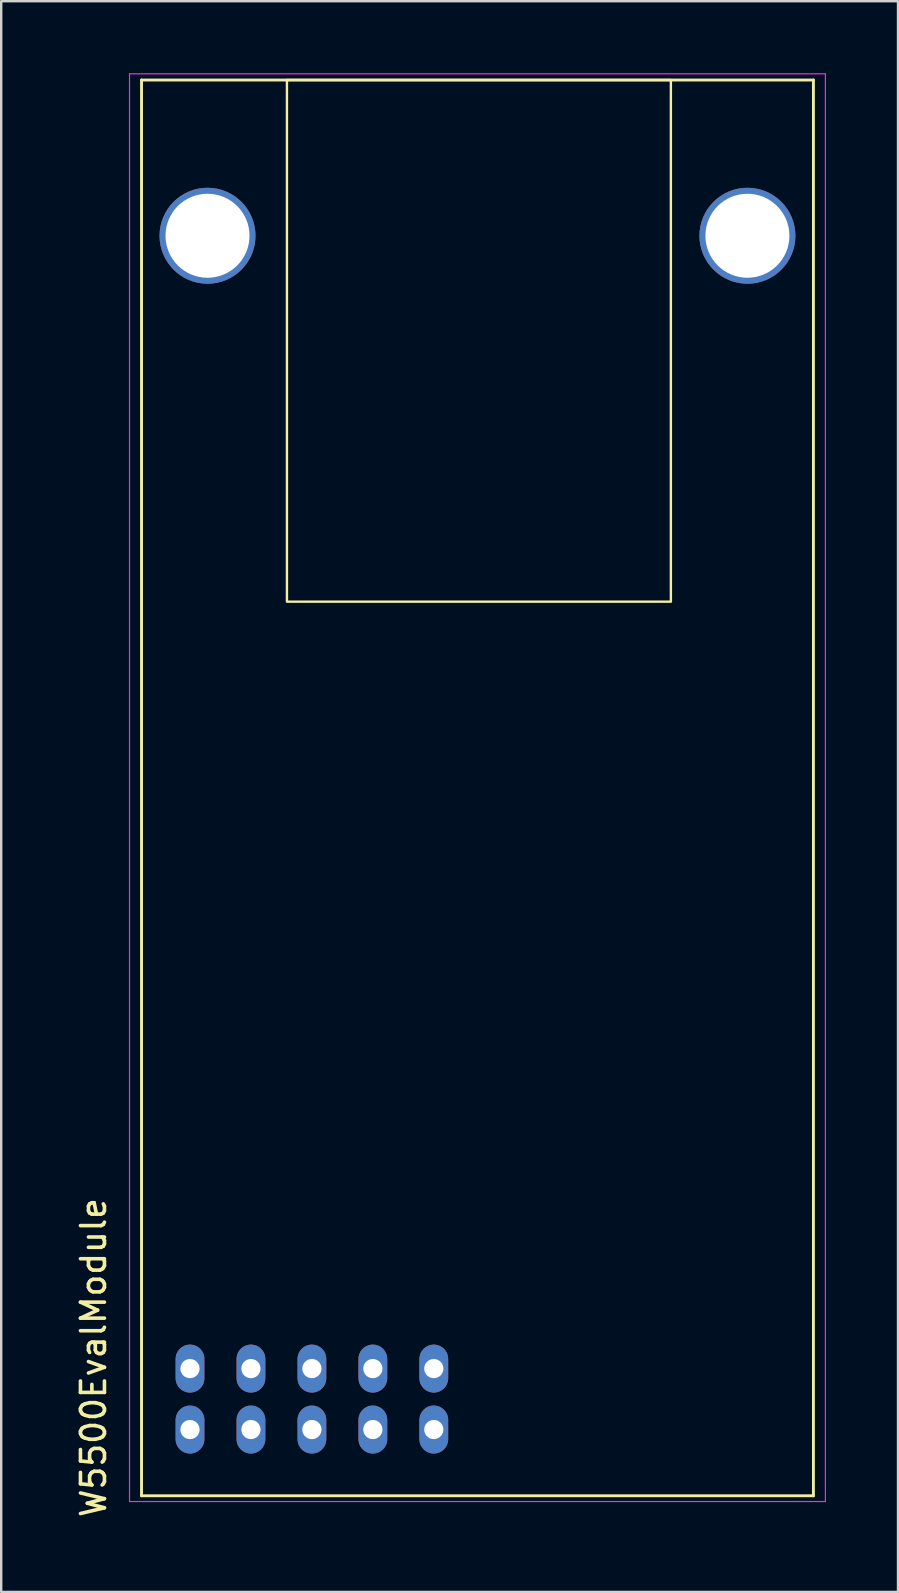
<source format=kicad_pcb>
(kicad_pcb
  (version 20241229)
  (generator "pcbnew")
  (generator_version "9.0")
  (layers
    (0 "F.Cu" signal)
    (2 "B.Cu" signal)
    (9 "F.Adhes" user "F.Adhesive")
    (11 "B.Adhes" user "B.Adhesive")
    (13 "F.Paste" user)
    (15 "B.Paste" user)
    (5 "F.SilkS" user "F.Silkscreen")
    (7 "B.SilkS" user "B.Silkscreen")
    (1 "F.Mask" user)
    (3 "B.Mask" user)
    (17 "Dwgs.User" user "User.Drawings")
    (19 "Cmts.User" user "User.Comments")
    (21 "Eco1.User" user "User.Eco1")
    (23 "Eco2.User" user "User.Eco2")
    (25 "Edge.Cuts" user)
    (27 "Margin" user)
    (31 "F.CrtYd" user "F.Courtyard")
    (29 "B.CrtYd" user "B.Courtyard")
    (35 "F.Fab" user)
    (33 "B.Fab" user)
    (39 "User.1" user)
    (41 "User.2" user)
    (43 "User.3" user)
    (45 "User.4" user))
  (footprint "W5500EvalModule"
    (layer "F.Cu")
    (at 16.908 31.025)
    (property "Reference" "W5500EvalModule" (at -16.06 22.5 90) (layer "F.SilkS") (effects (font (size 1 1) (thickness 0.15))))
    (attr through_hole)
    (fp_line (start -14.06 -30.74) (end -14.06 28.26) (stroke (width 0.12) (type solid)) (layer "F.SilkS"))
    (fp_line (start -14.06 28.26) (end 13.94 28.26) (stroke (width 0.12) (type solid)) (layer "F.SilkS"))
    (fp_line (start 13.94 -30.74) (end -14.06 -30.74) (stroke (width 0.12) (type solid)) (layer "F.SilkS"))
    (fp_line (start 13.94 28.26) (end 13.94 -30.74) (stroke (width 0.12) (type solid)) (layer "F.SilkS"))
    (fp_rect (start -8 -30.74) (end 8 -9) (stroke (width 0.1) (type default)) (fill no) (layer "F.SilkS"))
    (fp_line (start -14.56 28.5) (end -14.56 -31) (stroke (width 0.05) (type default)) (layer "F.CrtYd"))
    (fp_line (start -14.56 28.5) (end 14.44 28.5) (stroke (width 0.05) (type default)) (layer "F.CrtYd"))
    (fp_line (start 14.44 -31) (end -14.56 -31) (stroke (width 0.05) (type default)) (layer "F.CrtYd"))
    (fp_line (start 14.44 -31) (end 14.44 28.5) (stroke (width 0.05) (type default)) (layer "F.CrtYd"))
    (pad "" np_thru_hole circle (at -11.31 -24.25) (size 4 4) (drill 3.5) (layers "*.Cu" "*.Mask"))
    (pad "" np_thru_hole circle (at 11.19 -24.25) (size 4 4) (drill 3.5) (layers "*.Cu" "*.Mask"))
    (pad "1" thru_hole oval (at -1.88 22.96) (size 1.2 2) (drill 0.8) (layers "*.Cu" "*.Mask"))
    (pad "2" thru_hole oval (at -4.42 22.96) (size 1.2 2) (drill 0.8) (layers "*.Cu" "*.Mask"))
    (pad "3" thru_hole oval (at -6.96 22.96) (size 1.2 2) (drill 0.8) (layers "*.Cu" "*.Mask"))
    (pad "4" thru_hole oval (at -9.5 22.96) (size 1.2 2) (drill 0.8) (layers "*.Cu" "*.Mask"))
    (pad "5" thru_hole oval (at -12.04 22.96) (size 1.2 2) (drill 0.8) (layers "*.Cu" "*.Mask"))
    (pad "6" thru_hole oval (at -12.04 25.5) (size 1.2 2) (drill 0.8) (layers "*.Cu" "*.Mask"))
    (pad "7" thru_hole oval (at -9.5 25.5) (size 1.2 2) (drill 0.8) (layers "*.Cu" "*.Mask"))
    (pad "8" thru_hole oval (at -6.96 25.5) (size 1.2 2) (drill 0.8) (layers "*.Cu" "*.Mask"))
    (pad "9" thru_hole oval (at -4.42 25.5) (size 1.2 2) (drill 0.8) (layers "*.Cu" "*.Mask"))
    (pad "10" thru_hole oval (at -1.88 25.5) (size 1.2 2) (drill 0.8) (layers "*.Cu" "*.Mask")))
  (gr_rect
    (start -3 -3)
    (end 34.373 63.293)
    (stroke (width 0.1) (type default))
    (fill no)
    (layer "Edge.Cuts")))
</source>
